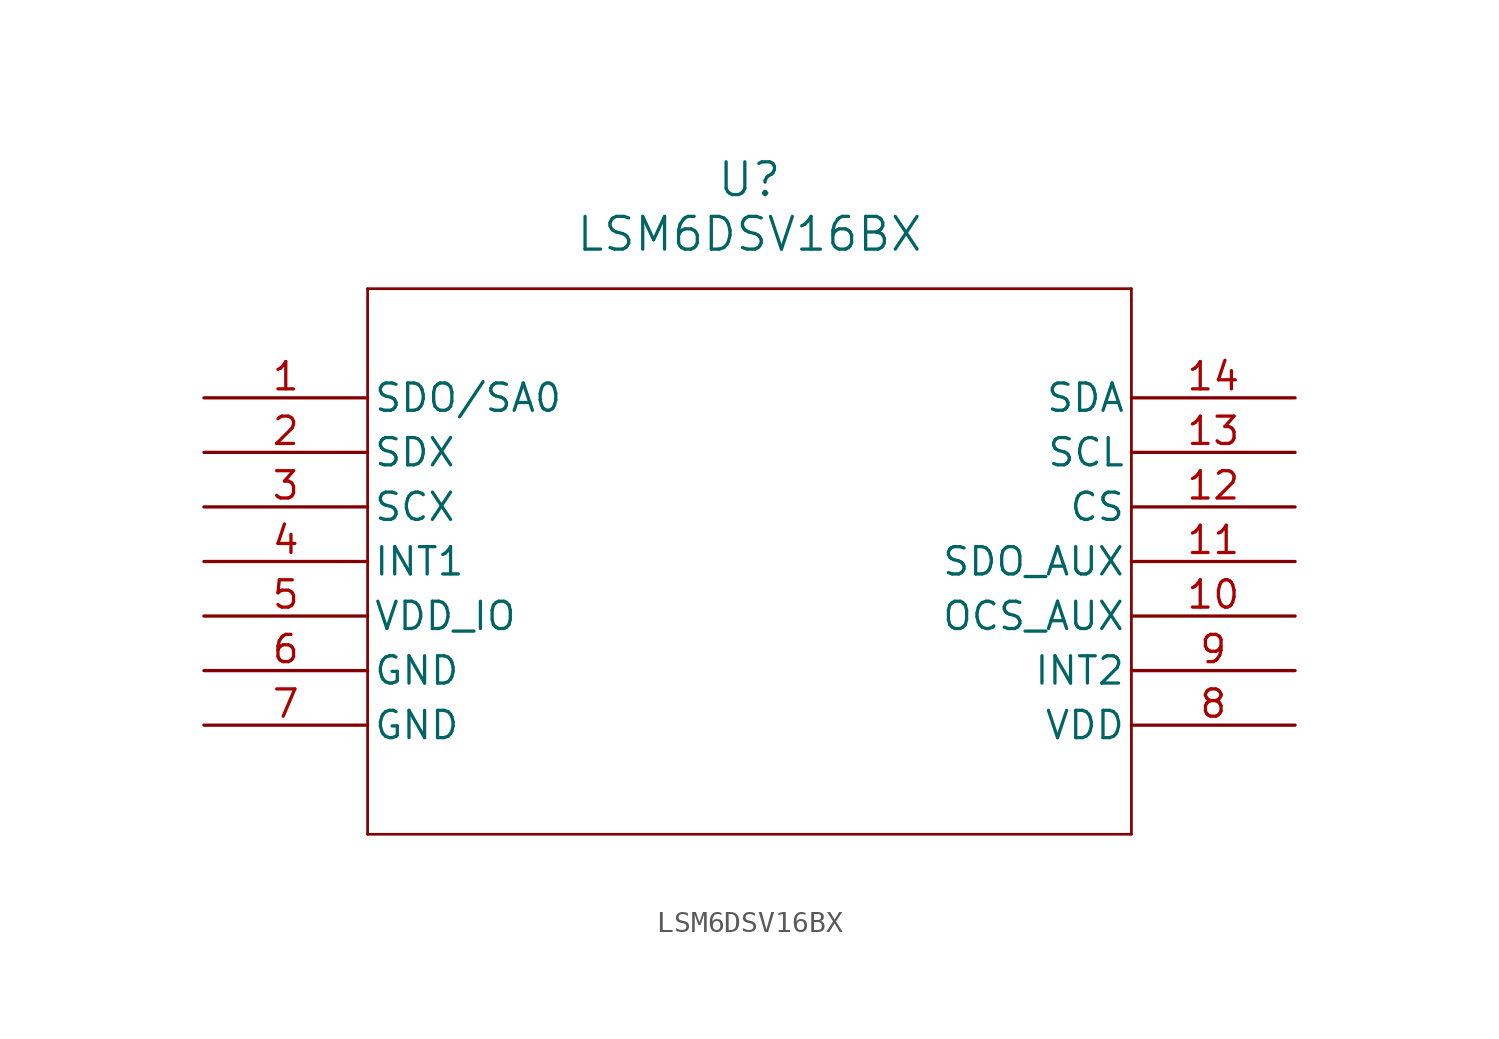
<source format=kicad_sym>
(kicad_symbol_lib
  (version 20211014)
  (generator kicad_symbol_editor)
  (symbol "LSM6DSV16BX"
    (pin_names
      (offset 0.254))
    (property "Reference" "U"
      (at 25.4 10.16 0)
      (effects (font (size 1.524 1.524))))
    (property "Value" "LSM6DSV16BX"
      (at 25.4 7.62 0)
      (effects (font (size 1.524 1.524))))
    (symbol "LSM6DSV16BX_0_1"
      (polyline (pts (xy 7.62 5.08) (xy 7.62 -20.32)) (stroke (width 0.127) (type default) (color 0 0 0 0)) (fill (type none)))
      (polyline (pts (xy 7.62 -20.32) (xy 43.18 -20.32)) (stroke (width 0.127) (type default) (color 0 0 0 0)) (fill (type none)))
      (polyline (pts (xy 43.18 -20.32) (xy 43.18 5.08)) (stroke (width 0.127) (type default) (color 0 0 0 0)) (fill (type none)))
      (polyline (pts (xy 43.18 5.08) (xy 7.62 5.08)) (stroke (width 0.127) (type default) (color 0 0 0 0)) (fill (type none)))
      (pin unspecified line (at 0 0 0) (length 7.62) (name "SDO/SA0" (effects (font (size 1.27 1.27)))) (number "1" (effects (font (size 1.27 1.27)))))
      (pin unspecified line (at 0 -2.54 0) (length 7.62) (name "SDX" (effects (font (size 1.27 1.27)))) (number "2" (effects (font (size 1.27 1.27)))))
      (pin unspecified line (at 0 -5.08 0) (length 7.62) (name "SCX" (effects (font (size 1.27 1.27)))) (number "3" (effects (font (size 1.27 1.27)))))
      (pin unspecified line (at 0 -7.62 0) (length 7.62) (name "INT1" (effects (font (size 1.27 1.27)))) (number "4" (effects (font (size 1.27 1.27)))))
      (pin unspecified line (at 0 -10.16 0) (length 7.62) (name "VDD_IO" (effects (font (size 1.27 1.27)))) (number "5" (effects (font (size 1.27 1.27)))))
      (pin unspecified line (at 0 -12.7 0) (length 7.62) (name "GND" (effects (font (size 1.27 1.27)))) (number "6" (effects (font (size 1.27 1.27)))))
      (pin unspecified line (at 0 -15.24 0) (length 7.62) (name "GND" (effects (font (size 1.27 1.27)))) (number "7" (effects (font (size 1.27 1.27)))))
      (pin unspecified line (at 50.8 -15.24 180) (length 7.62) (name "VDD" (effects (font (size 1.27 1.27)))) (number "8" (effects (font (size 1.27 1.27)))))
      (pin unspecified line (at 50.8 -12.7 180) (length 7.62) (name "INT2" (effects (font (size 1.27 1.27)))) (number "9" (effects (font (size 1.27 1.27)))))
      (pin unspecified line (at 50.8 -10.16 180) (length 7.62) (name "OCS_AUX" (effects (font (size 1.27 1.27)))) (number "10" (effects (font (size 1.27 1.27)))))
      (pin unspecified line (at 50.8 -7.62 180) (length 7.62) (name "SDO_AUX" (effects (font (size 1.27 1.27)))) (number "11" (effects (font (size 1.27 1.27)))))
      (pin unspecified line (at 50.8 -5.08 180) (length 7.62) (name "CS" (effects (font (size 1.27 1.27)))) (number "12" (effects (font (size 1.27 1.27)))))
      (pin unspecified line (at 50.8 -2.54 180) (length 7.62) (name "SCL" (effects (font (size 1.27 1.27)))) (number "13" (effects (font (size 1.27 1.27)))))
      (pin unspecified line (at 50.8 0 180) (length 7.62) (name "SDA" (effects (font (size 1.27 1.27)))) (number "14" (effects (font (size 1.27 1.27))))))))
</source>
